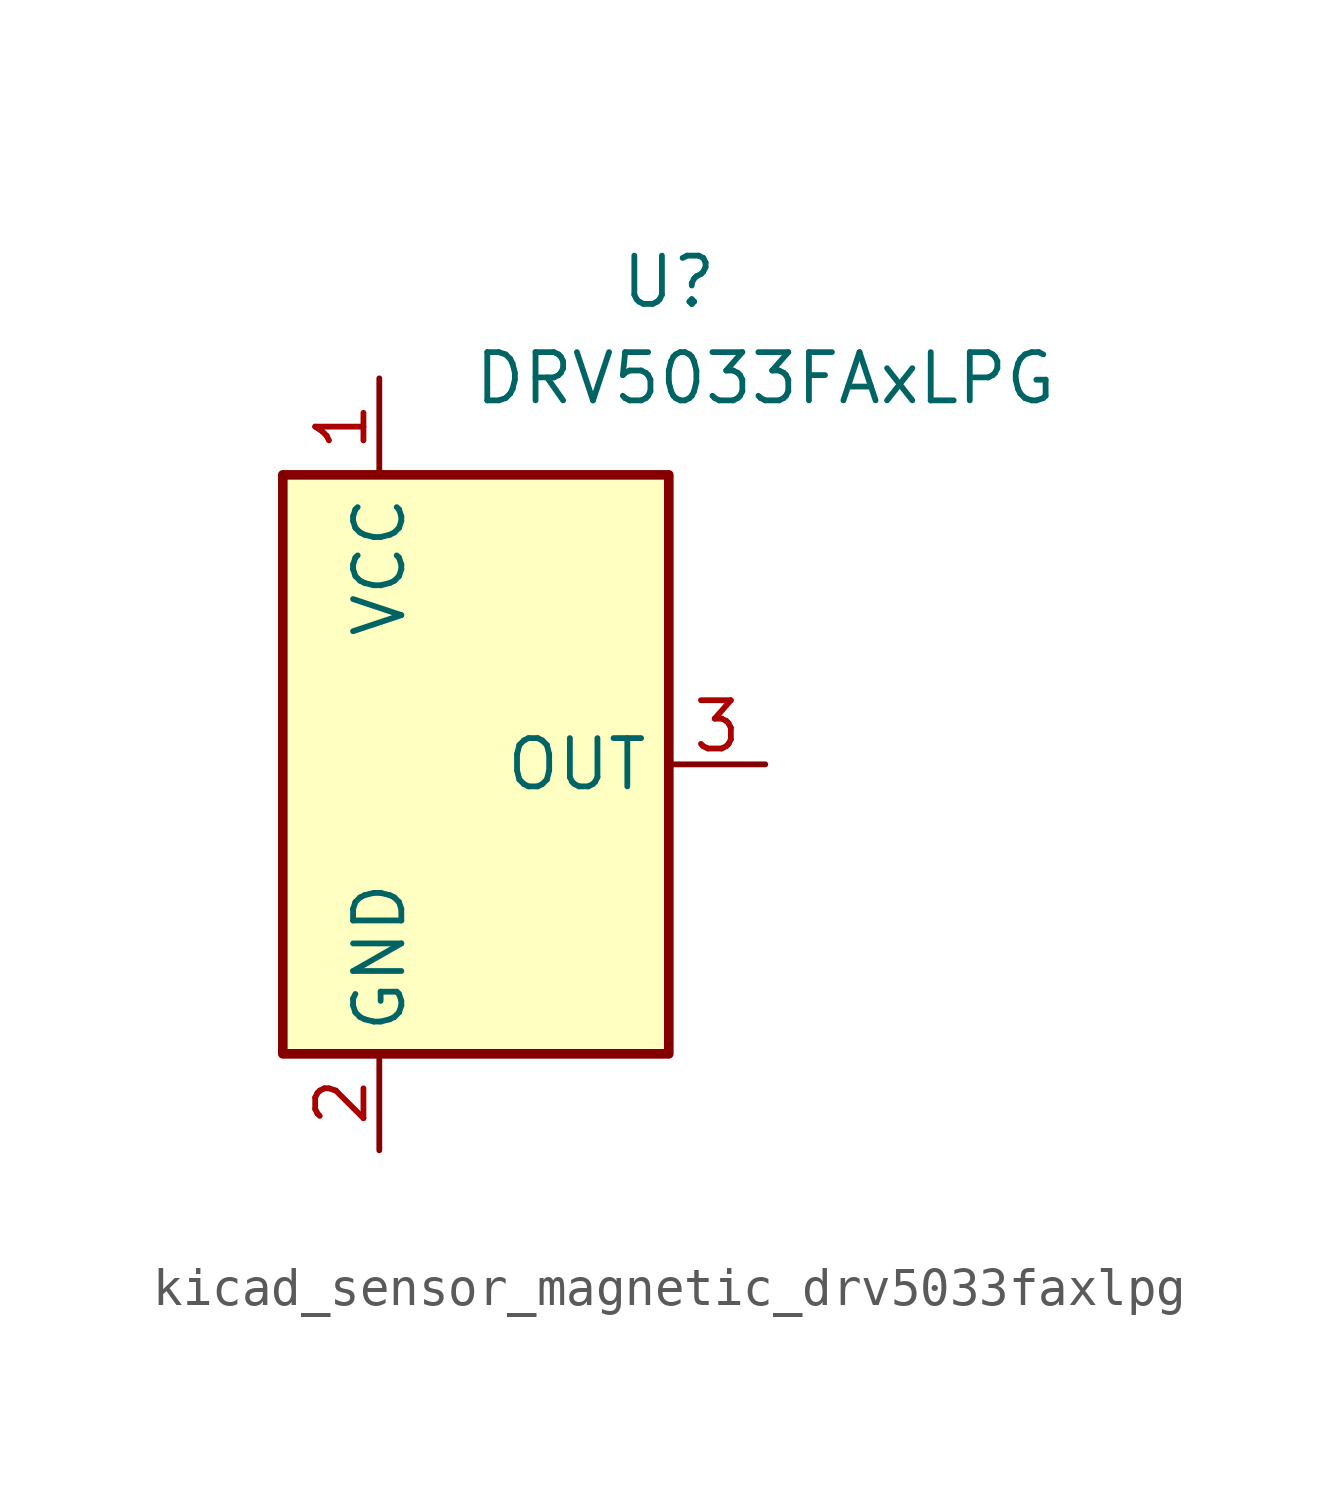
<source format=kicad_sym>
(kicad_symbol_lib
  (version 20220914)
  (generator kicad_symbol_editor)
  (symbol "kicad_sensor_magnetic_drv5033faxlpg"
    (property "Reference" "U"
      (at 5.08 12.7 0)
      (effects (font (size 1.27 1.27))))
    (property "Value" "DRV5033FAxLPG"
      (at 7.62 10.16 0)
      (effects (font (size 1.27 1.27))))
    (symbol "kicad_sensor_magnetic_drv5033faxlpg_1_1"
      (rectangle (start -5.08 7.62) (end 5.08 -7.62) (stroke (width 0.254) (type default)) (fill (type background)))
      (pin power_in line (at -2.54 10.16 270) (length 2.54) (name "VCC" (effects (font (size 1.27 1.27)))) (number "1" (effects (font (size 1.27 1.27)))))
      (pin power_in line (at -2.54 -10.16 90) (length 2.54) (name "GND" (effects (font (size 1.27 1.27)))) (number "2" (effects (font (size 1.27 1.27)))))
      (pin output line (at 7.62 0 180) (length 2.54) (name "OUT" (effects (font (size 1.27 1.27)))) (number "3" (effects (font (size 1.27 1.27))))))))
</source>
